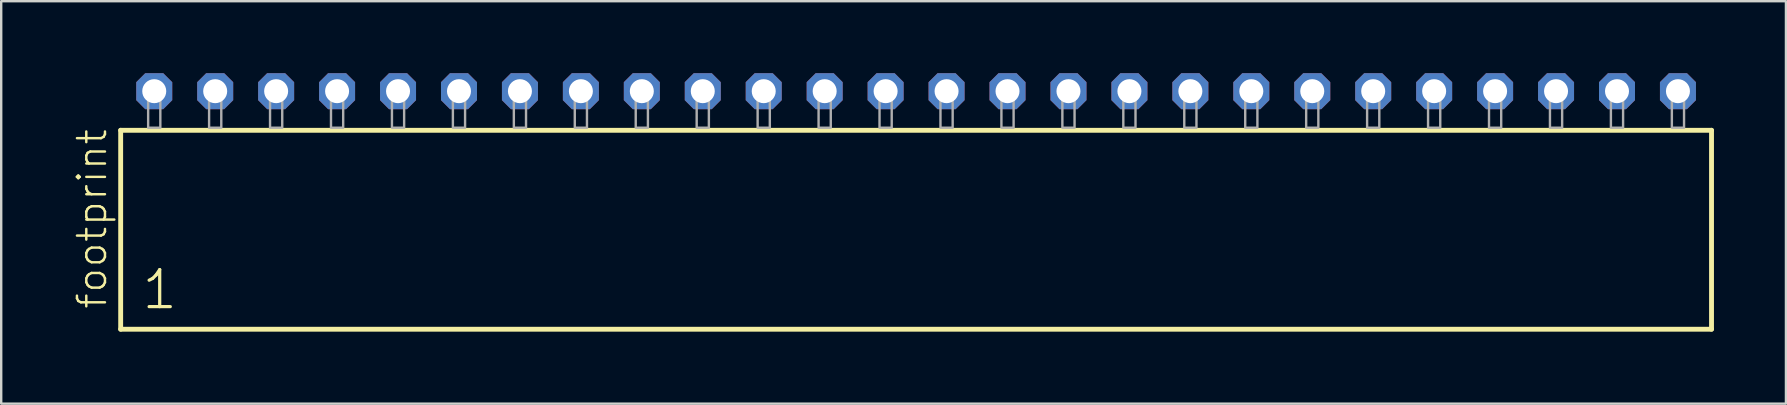
<source format=kicad_pcb>
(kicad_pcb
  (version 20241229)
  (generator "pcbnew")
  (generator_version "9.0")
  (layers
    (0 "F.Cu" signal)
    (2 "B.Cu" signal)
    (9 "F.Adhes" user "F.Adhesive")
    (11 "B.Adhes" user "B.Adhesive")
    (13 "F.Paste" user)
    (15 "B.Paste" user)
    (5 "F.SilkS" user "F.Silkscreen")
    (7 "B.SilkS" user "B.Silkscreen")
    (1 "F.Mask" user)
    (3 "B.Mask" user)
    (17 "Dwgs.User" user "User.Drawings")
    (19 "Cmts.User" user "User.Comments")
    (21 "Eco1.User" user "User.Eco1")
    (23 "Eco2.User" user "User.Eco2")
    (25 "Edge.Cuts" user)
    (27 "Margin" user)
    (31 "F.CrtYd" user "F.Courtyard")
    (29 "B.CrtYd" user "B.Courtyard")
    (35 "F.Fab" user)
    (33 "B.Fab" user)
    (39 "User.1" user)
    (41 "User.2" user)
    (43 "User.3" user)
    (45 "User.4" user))
  (footprint "footprint"
    (layer "F.Cu")
    (at 35.128 2.274)
    (property "Reference" "footprint" (at -33.655 7.62 90) (layer "F.SilkS") (effects (font (size 1.168 1.168) (thickness 0.102)) (justify left bottom)))
    (fp_line (start -33.149 0.106) (end -33.149 8.396) (stroke (width 0.203) (type solid)) (layer "F.SilkS"))
    (fp_line (start -33.149 8.396) (end 33.149 8.396) (stroke (width 0.203) (type solid)) (layer "F.SilkS"))
    (fp_line (start 33.149 0.106) (end -33.149 0.106) (stroke (width 0.203) (type solid)) (layer "F.SilkS"))
    (fp_line (start 33.149 8.396) (end 33.149 0.106) (stroke (width 0.203) (type solid)) (layer "F.SilkS"))
    (fp_poly (pts (xy -32.004 0) (xy -31.496 0) (xy -31.496 -1.778) (xy -32.004 -1.778)) (stroke (width 0.1) (type solid)) (fill no) (layer "F.Fab"))
    (fp_poly (pts (xy -29.464 0) (xy -28.956 0) (xy -28.956 -1.778) (xy -29.464 -1.778)) (stroke (width 0.1) (type solid)) (fill no) (layer "F.Fab"))
    (fp_poly (pts (xy -26.924 0) (xy -26.416 0) (xy -26.416 -1.778) (xy -26.924 -1.778)) (stroke (width 0.1) (type solid)) (fill no) (layer "F.Fab"))
    (fp_poly (pts (xy -24.384 0) (xy -23.876 0) (xy -23.876 -1.778) (xy -24.384 -1.778)) (stroke (width 0.1) (type solid)) (fill no) (layer "F.Fab"))
    (fp_poly (pts (xy -21.844 0) (xy -21.336 0) (xy -21.336 -1.778) (xy -21.844 -1.778)) (stroke (width 0.1) (type solid)) (fill no) (layer "F.Fab"))
    (fp_poly (pts (xy -19.304 0) (xy -18.796 0) (xy -18.796 -1.778) (xy -19.304 -1.778)) (stroke (width 0.1) (type solid)) (fill no) (layer "F.Fab"))
    (fp_poly (pts (xy -16.764 0) (xy -16.256 0) (xy -16.256 -1.778) (xy -16.764 -1.778)) (stroke (width 0.1) (type solid)) (fill no) (layer "F.Fab"))
    (fp_poly (pts (xy -14.224 0) (xy -13.716 0) (xy -13.716 -1.778) (xy -14.224 -1.778)) (stroke (width 0.1) (type solid)) (fill no) (layer "F.Fab"))
    (fp_poly (pts (xy -11.684 0) (xy -11.176 0) (xy -11.176 -1.778) (xy -11.684 -1.778)) (stroke (width 0.1) (type solid)) (fill no) (layer "F.Fab"))
    (fp_poly (pts (xy -9.144 0) (xy -8.636 0) (xy -8.636 -1.778) (xy -9.144 -1.778)) (stroke (width 0.1) (type solid)) (fill no) (layer "F.Fab"))
    (fp_poly (pts (xy -6.604 0) (xy -6.096 0) (xy -6.096 -1.778) (xy -6.604 -1.778)) (stroke (width 0.1) (type solid)) (fill no) (layer "F.Fab"))
    (fp_poly (pts (xy -4.064 0) (xy -3.556 0) (xy -3.556 -1.778) (xy -4.064 -1.778)) (stroke (width 0.1) (type solid)) (fill no) (layer "F.Fab"))
    (fp_poly (pts (xy -1.524 0) (xy -1.016 0) (xy -1.016 -1.778) (xy -1.524 -1.778)) (stroke (width 0.1) (type solid)) (fill no) (layer "F.Fab"))
    (fp_poly (pts (xy 1.016 0) (xy 1.524 0) (xy 1.524 -1.778) (xy 1.016 -1.778)) (stroke (width 0.1) (type solid)) (fill no) (layer "F.Fab"))
    (fp_poly (pts (xy 3.556 0) (xy 4.064 0) (xy 4.064 -1.778) (xy 3.556 -1.778)) (stroke (width 0.1) (type solid)) (fill no) (layer "F.Fab"))
    (fp_poly (pts (xy 6.096 0) (xy 6.604 0) (xy 6.604 -1.778) (xy 6.096 -1.778)) (stroke (width 0.1) (type solid)) (fill no) (layer "F.Fab"))
    (fp_poly (pts (xy 8.636 0) (xy 9.144 0) (xy 9.144 -1.778) (xy 8.636 -1.778)) (stroke (width 0.1) (type solid)) (fill no) (layer "F.Fab"))
    (fp_poly (pts (xy 11.176 0) (xy 11.684 0) (xy 11.684 -1.778) (xy 11.176 -1.778)) (stroke (width 0.1) (type solid)) (fill no) (layer "F.Fab"))
    (fp_poly (pts (xy 13.716 0) (xy 14.224 0) (xy 14.224 -1.778) (xy 13.716 -1.778)) (stroke (width 0.1) (type solid)) (fill no) (layer "F.Fab"))
    (fp_poly (pts (xy 16.256 0) (xy 16.764 0) (xy 16.764 -1.778) (xy 16.256 -1.778)) (stroke (width 0.1) (type solid)) (fill no) (layer "F.Fab"))
    (fp_poly (pts (xy 18.796 0) (xy 19.304 0) (xy 19.304 -1.778) (xy 18.796 -1.778)) (stroke (width 0.1) (type solid)) (fill no) (layer "F.Fab"))
    (fp_poly (pts (xy 21.336 0) (xy 21.844 0) (xy 21.844 -1.778) (xy 21.336 -1.778)) (stroke (width 0.1) (type solid)) (fill no) (layer "F.Fab"))
    (fp_poly (pts (xy 23.876 0) (xy 24.384 0) (xy 24.384 -1.778) (xy 23.876 -1.778)) (stroke (width 0.1) (type solid)) (fill no) (layer "F.Fab"))
    (fp_poly (pts (xy 26.416 0) (xy 26.924 0) (xy 26.924 -1.778) (xy 26.416 -1.778)) (stroke (width 0.1) (type solid)) (fill no) (layer "F.Fab"))
    (fp_poly (pts (xy 28.956 0) (xy 29.464 0) (xy 29.464 -1.778) (xy 28.956 -1.778)) (stroke (width 0.1) (type solid)) (fill no) (layer "F.Fab"))
    (fp_poly (pts (xy 31.496 0) (xy 32.004 0) (xy 32.004 -1.778) (xy 31.496 -1.778)) (stroke (width 0.1) (type solid)) (fill no) (layer "F.Fab"))
    (fp_text user "1" (at -32.345 7.65 0) (layer "F.SilkS") (effects (font (size 1.542 1.542) (thickness 0.134)) (justify left bottom)))
    (pad "1" thru_hole roundrect (at -31.75 -1.524) (size 1.5 1.5) (drill 1) (layers "*.Cu" "*.Mask") (roundrect_rratio 0.25) (chamfer_ratio 0.25) (chamfer top_left top_right bottom_left bottom_right))
    (pad "2" thru_hole roundrect (at -29.21 -1.524) (size 1.5 1.5) (drill 1) (layers "*.Cu" "*.Mask") (roundrect_rratio 0.25) (chamfer_ratio 0.25) (chamfer top_left top_right bottom_left bottom_right))
    (pad "3" thru_hole roundrect (at -26.67 -1.524) (size 1.5 1.5) (drill 1) (layers "*.Cu" "*.Mask") (roundrect_rratio 0.25) (chamfer_ratio 0.25) (chamfer top_left top_right bottom_left bottom_right))
    (pad "4" thru_hole roundrect (at -24.13 -1.524) (size 1.5 1.5) (drill 1) (layers "*.Cu" "*.Mask") (roundrect_rratio 0.25) (chamfer_ratio 0.25) (chamfer top_left top_right bottom_left bottom_right))
    (pad "5" thru_hole roundrect (at -21.59 -1.524) (size 1.5 1.5) (drill 1) (layers "*.Cu" "*.Mask") (roundrect_rratio 0.25) (chamfer_ratio 0.25) (chamfer top_left top_right bottom_left bottom_right))
    (pad "6" thru_hole roundrect (at -19.05 -1.524) (size 1.5 1.5) (drill 1) (layers "*.Cu" "*.Mask") (roundrect_rratio 0.25) (chamfer_ratio 0.25) (chamfer top_left top_right bottom_left bottom_right))
    (pad "7" thru_hole roundrect (at -16.51 -1.524) (size 1.5 1.5) (drill 1) (layers "*.Cu" "*.Mask") (roundrect_rratio 0.25) (chamfer_ratio 0.25) (chamfer top_left top_right bottom_left bottom_right))
    (pad "8" thru_hole roundrect (at -13.97 -1.524) (size 1.5 1.5) (drill 1) (layers "*.Cu" "*.Mask") (roundrect_rratio 0.25) (chamfer_ratio 0.25) (chamfer top_left top_right bottom_left bottom_right))
    (pad "9" thru_hole roundrect (at -11.43 -1.524) (size 1.5 1.5) (drill 1) (layers "*.Cu" "*.Mask") (roundrect_rratio 0.25) (chamfer_ratio 0.25) (chamfer top_left top_right bottom_left bottom_right))
    (pad "10" thru_hole roundrect (at -8.89 -1.524) (size 1.5 1.5) (drill 1) (layers "*.Cu" "*.Mask") (roundrect_rratio 0.25) (chamfer_ratio 0.25) (chamfer top_left top_right bottom_left bottom_right))
    (pad "11" thru_hole roundrect (at -6.35 -1.524) (size 1.5 1.5) (drill 1) (layers "*.Cu" "*.Mask") (roundrect_rratio 0.25) (chamfer_ratio 0.25) (chamfer top_left top_right bottom_left bottom_right))
    (pad "12" thru_hole roundrect (at -3.81 -1.524) (size 1.5 1.5) (drill 1) (layers "*.Cu" "*.Mask") (roundrect_rratio 0.25) (chamfer_ratio 0.25) (chamfer top_left top_right bottom_left bottom_right))
    (pad "13" thru_hole roundrect (at -1.27 -1.524) (size 1.5 1.5) (drill 1) (layers "*.Cu" "*.Mask") (roundrect_rratio 0.25) (chamfer_ratio 0.25) (chamfer top_left top_right bottom_left bottom_right))
    (pad "14" thru_hole roundrect (at 1.27 -1.524) (size 1.5 1.5) (drill 1) (layers "*.Cu" "*.Mask") (roundrect_rratio 0.25) (chamfer_ratio 0.25) (chamfer top_left top_right bottom_left bottom_right))
    (pad "15" thru_hole roundrect (at 3.81 -1.524) (size 1.5 1.5) (drill 1) (layers "*.Cu" "*.Mask") (roundrect_rratio 0.25) (chamfer_ratio 0.25) (chamfer top_left top_right bottom_left bottom_right))
    (pad "16" thru_hole roundrect (at 6.35 -1.524) (size 1.5 1.5) (drill 1) (layers "*.Cu" "*.Mask") (roundrect_rratio 0.25) (chamfer_ratio 0.25) (chamfer top_left top_right bottom_left bottom_right))
    (pad "17" thru_hole roundrect (at 8.89 -1.524) (size 1.5 1.5) (drill 1) (layers "*.Cu" "*.Mask") (roundrect_rratio 0.25) (chamfer_ratio 0.25) (chamfer top_left top_right bottom_left bottom_right))
    (pad "18" thru_hole roundrect (at 11.43 -1.524) (size 1.5 1.5) (drill 1) (layers "*.Cu" "*.Mask") (roundrect_rratio 0.25) (chamfer_ratio 0.25) (chamfer top_left top_right bottom_left bottom_right))
    (pad "19" thru_hole roundrect (at 13.97 -1.524) (size 1.5 1.5) (drill 1) (layers "*.Cu" "*.Mask") (roundrect_rratio 0.25) (chamfer_ratio 0.25) (chamfer top_left top_right bottom_left bottom_right))
    (pad "20" thru_hole roundrect (at 16.51 -1.524) (size 1.5 1.5) (drill 1) (layers "*.Cu" "*.Mask") (roundrect_rratio 0.25) (chamfer_ratio 0.25) (chamfer top_left top_right bottom_left bottom_right))
    (pad "21" thru_hole roundrect (at 19.05 -1.524) (size 1.5 1.5) (drill 1) (layers "*.Cu" "*.Mask") (roundrect_rratio 0.25) (chamfer_ratio 0.25) (chamfer top_left top_right bottom_left bottom_right))
    (pad "22" thru_hole roundrect (at 21.59 -1.524) (size 1.5 1.5) (drill 1) (layers "*.Cu" "*.Mask") (roundrect_rratio 0.25) (chamfer_ratio 0.25) (chamfer top_left top_right bottom_left bottom_right))
    (pad "23" thru_hole roundrect (at 24.13 -1.524) (size 1.5 1.5) (drill 1) (layers "*.Cu" "*.Mask") (roundrect_rratio 0.25) (chamfer_ratio 0.25) (chamfer top_left top_right bottom_left bottom_right))
    (pad "24" thru_hole roundrect (at 26.67 -1.524) (size 1.5 1.5) (drill 1) (layers "*.Cu" "*.Mask") (roundrect_rratio 0.25) (chamfer_ratio 0.25) (chamfer top_left top_right bottom_left bottom_right))
    (pad "25" thru_hole roundrect (at 29.21 -1.524) (size 1.5 1.5) (drill 1) (layers "*.Cu" "*.Mask") (roundrect_rratio 0.25) (chamfer_ratio 0.25) (chamfer top_left top_right bottom_left bottom_right))
    (pad "26" thru_hole roundrect (at 31.75 -1.524) (size 1.5 1.5) (drill 1) (layers "*.Cu" "*.Mask") (roundrect_rratio 0.25) (chamfer_ratio 0.25) (chamfer top_left top_right bottom_left bottom_right)))
  (gr_rect
    (start -3 -3)
    (end 71.379 13.772)
    (stroke (width 0.1) (type default))
    (fill no)
    (layer "Edge.Cuts")))
</source>
